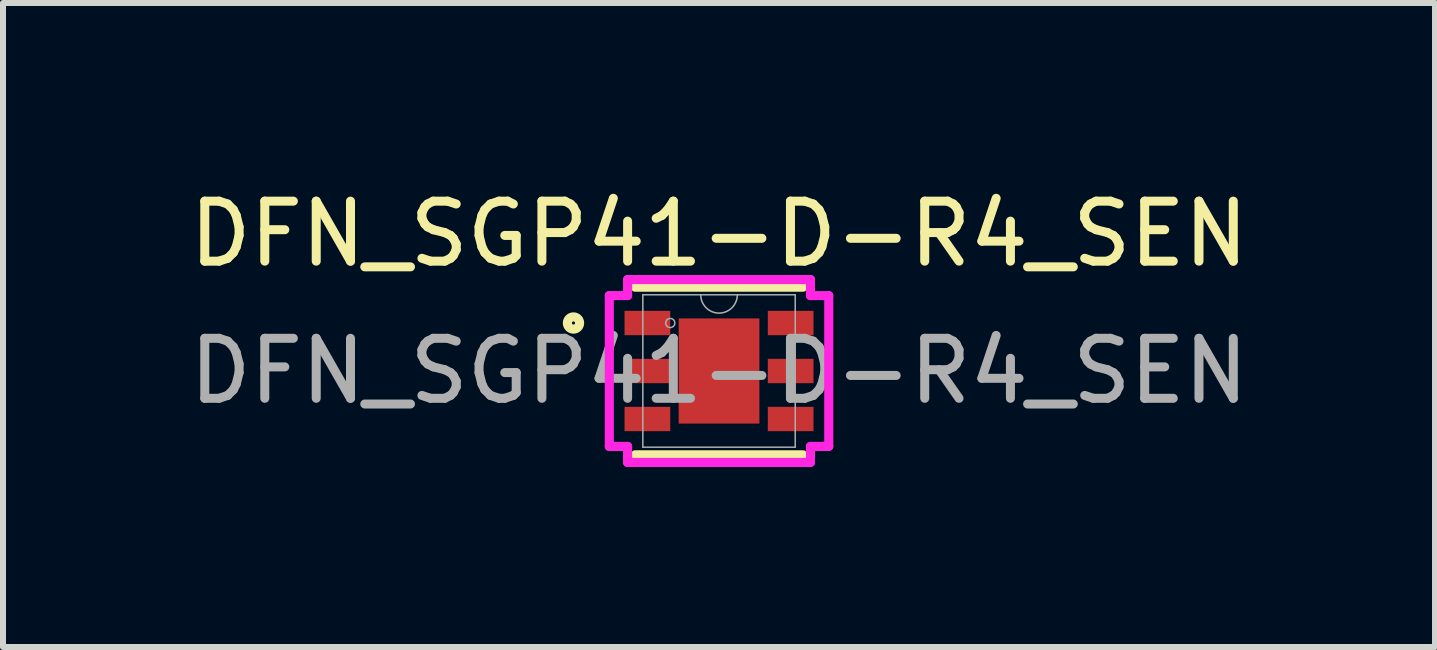
<source format=kicad_pcb>
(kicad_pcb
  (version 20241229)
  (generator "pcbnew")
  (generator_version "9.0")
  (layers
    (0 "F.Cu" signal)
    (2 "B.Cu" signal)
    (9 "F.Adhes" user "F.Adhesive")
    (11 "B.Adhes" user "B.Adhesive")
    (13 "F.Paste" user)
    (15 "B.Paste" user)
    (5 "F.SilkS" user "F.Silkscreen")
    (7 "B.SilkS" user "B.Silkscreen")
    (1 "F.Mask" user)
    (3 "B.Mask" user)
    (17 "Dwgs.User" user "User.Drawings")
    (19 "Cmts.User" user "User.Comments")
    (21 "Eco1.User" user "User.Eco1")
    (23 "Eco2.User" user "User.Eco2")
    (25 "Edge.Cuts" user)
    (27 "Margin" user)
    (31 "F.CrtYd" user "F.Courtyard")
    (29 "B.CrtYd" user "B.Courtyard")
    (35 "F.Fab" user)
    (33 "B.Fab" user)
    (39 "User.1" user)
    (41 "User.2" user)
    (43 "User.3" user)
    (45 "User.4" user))
  (footprint "DFN_SGP41-D-R4_SEN"
    (layer "F.Cu")
    (at 8.935 3.134)
    (property "Reference" "DFN_SGP41-D-R4_SEN" (at 0 -2.286 0) (unlocked yes) (layer "F.SilkS") (effects (font (size 1 1) (thickness 0.15))))
    (attr smd)
    (fp_line (start -1.397 1.397) (end 1.397 1.397) (stroke (width 0.152) (type solid)) (layer "F.SilkS"))
    (fp_line (start 1.397 -1.397) (end -1.397 -1.397) (stroke (width 0.152) (type solid)) (layer "F.SilkS"))
    (fp_circle (center -2.426 -0.8) (end -2.324 -0.8) (stroke (width 0.152) (type solid)) (fill no) (layer "F.SilkS"))
    (fp_line (start -1.829 -1.257) (end -1.524 -1.257) (stroke (width 0.152) (type solid)) (layer "F.CrtYd"))
    (fp_line (start -1.829 1.257) (end -1.829 -1.257) (stroke (width 0.152) (type solid)) (layer "F.CrtYd"))
    (fp_line (start -1.829 1.257) (end -1.524 1.257) (stroke (width 0.152) (type solid)) (layer "F.CrtYd"))
    (fp_line (start -1.524 -1.524) (end 1.524 -1.524) (stroke (width 0.152) (type solid)) (layer "F.CrtYd"))
    (fp_line (start -1.524 -1.257) (end -1.524 -1.524) (stroke (width 0.152) (type solid)) (layer "F.CrtYd"))
    (fp_line (start -1.524 1.524) (end -1.524 1.257) (stroke (width 0.152) (type solid)) (layer "F.CrtYd"))
    (fp_line (start 1.524 -1.524) (end 1.524 -1.257) (stroke (width 0.152) (type solid)) (layer "F.CrtYd"))
    (fp_line (start 1.524 1.257) (end 1.524 1.524) (stroke (width 0.152) (type solid)) (layer "F.CrtYd"))
    (fp_line (start 1.524 1.524) (end -1.524 1.524) (stroke (width 0.152) (type solid)) (layer "F.CrtYd"))
    (fp_line (start 1.829 -1.257) (end 1.524 -1.257) (stroke (width 0.152) (type solid)) (layer "F.CrtYd"))
    (fp_line (start 1.829 -1.257) (end 1.829 1.257) (stroke (width 0.152) (type solid)) (layer "F.CrtYd"))
    (fp_line (start 1.829 1.257) (end 1.524 1.257) (stroke (width 0.152) (type solid)) (layer "F.CrtYd"))
    (fp_line (start -1.27 -1.27) (end -1.27 1.27) (stroke (width 0.025) (type solid)) (layer "F.Fab"))
    (fp_line (start -1.27 1.27) (end 1.27 1.27) (stroke (width 0.025) (type solid)) (layer "F.Fab"))
    (fp_line (start 1.27 -1.27) (end -1.27 -1.27) (stroke (width 0.025) (type solid)) (layer "F.Fab"))
    (fp_line (start 1.27 1.27) (end 1.27 -1.27) (stroke (width 0.025) (type solid)) (layer "F.Fab"))
    (fp_arc (start 0.3048 -1.27) (mid 0 -0.9652) (end -0.3048 -1.27) (stroke (width 0.0254) (type solid)) (layer "F.Fab"))
    (fp_circle (center -0.813 -0.8) (end -0.737 -0.8) (stroke (width 0.025) (type solid)) (fill no) (layer "F.Fab"))
    (fp_text user "${REFERENCE}" (at 0 0 0) (unlocked yes) (layer "F.Fab") (effects (font (size 1 1) (thickness 0.15))))
    (pad "1" smd rect (at -1.194 -0.8) (size 0.762 0.406) (layers "F.Cu" "F.Mask" "F.Paste"))
    (pad "2" smd rect (at -1.194 0) (size 0.762 0.406) (layers "F.Cu" "F.Mask" "F.Paste"))
    (pad "3" smd rect (at -1.194 0.8) (size 0.762 0.406) (layers "F.Cu" "F.Mask" "F.Paste"))
    (pad "4" smd rect (at 1.194 0.8) (size 0.762 0.406) (layers "F.Cu" "F.Mask" "F.Paste"))
    (pad "5" smd rect (at 1.194 0) (size 0.762 0.406) (layers "F.Cu" "F.Mask" "F.Paste"))
    (pad "6" smd rect (at 1.194 -0.8) (size 0.762 0.406) (layers "F.Cu" "F.Mask" "F.Paste"))
    (pad "7" smd rect (at 0 0) (size 1.346 1.753) (layers "F.Cu" "F.Mask" "F.Paste")))
  (gr_rect
    (start -3 -3)
    (end 20.869 7.734)
    (stroke (width 0.1) (type default))
    (fill no)
    (layer "Edge.Cuts")))
</source>
